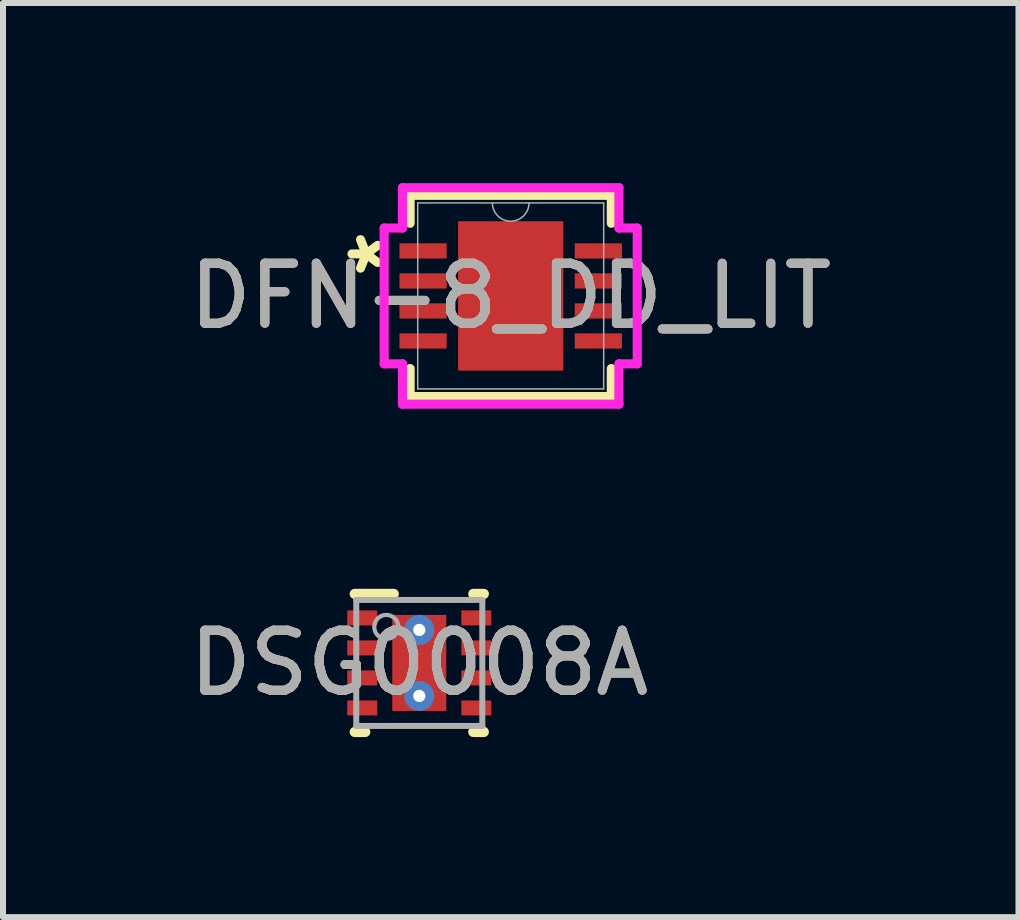
<source format=kicad_pcb>
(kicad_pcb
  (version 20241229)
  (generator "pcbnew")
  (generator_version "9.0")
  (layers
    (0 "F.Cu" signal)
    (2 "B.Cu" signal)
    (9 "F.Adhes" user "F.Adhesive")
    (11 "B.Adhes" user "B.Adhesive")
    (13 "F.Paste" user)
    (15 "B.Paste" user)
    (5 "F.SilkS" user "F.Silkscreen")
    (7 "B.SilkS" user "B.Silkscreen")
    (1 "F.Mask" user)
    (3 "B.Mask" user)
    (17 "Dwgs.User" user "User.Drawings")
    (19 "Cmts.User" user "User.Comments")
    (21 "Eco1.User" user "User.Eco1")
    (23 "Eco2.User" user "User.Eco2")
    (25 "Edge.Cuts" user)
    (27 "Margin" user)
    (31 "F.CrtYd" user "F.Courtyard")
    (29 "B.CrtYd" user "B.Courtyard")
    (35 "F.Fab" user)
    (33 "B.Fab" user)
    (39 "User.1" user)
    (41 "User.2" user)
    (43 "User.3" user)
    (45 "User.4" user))
  (footprint "DSG0008A"
    (layer "F.Cu")
    (at 3.935 7.994)
    (property "Reference" "DSG0008A" (at 0 0 0) (unlocked yes) (layer "F.SilkS") (effects (font (size 1 1) (thickness 0.15))))
    (attr smd)
    (fp_line (start -1.075 -1.15) (end -0.425 -1.15) (stroke (width 0.17) (type solid)) (layer "F.SilkS"))
    (fp_line (start -1.075 1.15) (end -0.9 1.15) (stroke (width 0.17) (type solid)) (layer "F.SilkS"))
    (fp_line (start 0.9 -1.15) (end 1.075 -1.15) (stroke (width 0.17) (type solid)) (layer "F.SilkS"))
    (fp_line (start 0.9 1.15) (end 1.075 1.15) (stroke (width 0.17) (type solid)) (layer "F.SilkS"))
    (fp_poly (pts (xy -0.45 -0.149) (xy -0.45 -0.751) (xy -0.449 -0.761) (xy -0.446 -0.77) (xy -0.442 -0.778) (xy -0.436 -0.786) (xy -0.428 -0.792) (xy -0.42 -0.796) (xy -0.411 -0.799) (xy -0.401 -0.8) (xy 0.401 -0.8) (xy 0.411 -0.799) (xy 0.42 -0.796) (xy 0.428 -0.792) (xy 0.436 -0.786) (xy 0.442 -0.778) (xy 0.446 -0.77) (xy 0.449 -0.761) (xy 0.45 -0.751) (xy 0.45 -0.149) (xy 0.449 -0.139) (xy 0.446 -0.13) (xy 0.442 -0.122) (xy 0.436 -0.114) (xy 0.428 -0.108) (xy 0.42 -0.104) (xy 0.411 -0.101) (xy 0.401 -0.1) (xy -0.401 -0.1) (xy -0.411 -0.101) (xy -0.42 -0.104) (xy -0.428 -0.108) (xy -0.436 -0.114) (xy -0.442 -0.122) (xy -0.446 -0.13) (xy -0.449 -0.139)) (stroke (width 0) (type solid)) (fill yes) (layer "F.Paste"))
    (fp_poly (pts (xy -0.45 0.751) (xy -0.45 0.149) (xy -0.449 0.139) (xy -0.446 0.13) (xy -0.442 0.122) (xy -0.436 0.114) (xy -0.428 0.108) (xy -0.42 0.104) (xy -0.411 0.101) (xy -0.401 0.1) (xy 0.401 0.1) (xy 0.411 0.101) (xy 0.42 0.104) (xy 0.428 0.108) (xy 0.436 0.114) (xy 0.442 0.122) (xy 0.446 0.13) (xy 0.449 0.139) (xy 0.45 0.149) (xy 0.45 0.751) (xy 0.449 0.761) (xy 0.446 0.77) (xy 0.442 0.778) (xy 0.436 0.786) (xy 0.428 0.792) (xy 0.42 0.796) (xy 0.411 0.799) (xy 0.401 0.8) (xy -0.401 0.8) (xy -0.411 0.799) (xy -0.42 0.796) (xy -0.428 0.792) (xy -0.436 0.786) (xy -0.442 0.778) (xy -0.446 0.77) (xy -0.449 0.761)) (stroke (width 0) (type solid)) (fill yes) (layer "F.Paste"))
    (fp_line (start -1.05 -1.05) (end 1.05 -1.05) (stroke (width 0.1) (type solid)) (layer "F.Fab"))
    (fp_line (start -1.05 1.05) (end -1.05 -1.05) (stroke (width 0.1) (type solid)) (layer "F.Fab"))
    (fp_line (start -1.05 1.05) (end 1.05 1.05) (stroke (width 0.1) (type solid)) (layer "F.Fab"))
    (fp_line (start 1.05 1.05) (end 1.05 -1.05) (stroke (width 0.1) (type solid)) (layer "F.Fab"))
    (fp_circle (center -0.55 -0.6) (end -0.35 -0.6) (stroke (width 0.07) (type solid)) (fill no) (layer "F.Fab"))
    (fp_text user "${REFERENCE}" (at 0 0 0) (unlocked yes) (layer "F.Fab") (effects (font (size 1 1) (thickness 0.15))))
    (pad "1" smd rect (at -0.95 -0.75 90) (size 0.25 0.5) (layers "F.Cu" "F.Mask" "F.Paste"))
    (pad "2" smd rect (at -0.95 -0.25 90) (size 0.25 0.5) (layers "F.Cu" "F.Mask" "F.Paste"))
    (pad "3" smd rect (at -0.95 0.25 90) (size 0.25 0.5) (layers "F.Cu" "F.Mask" "F.Paste"))
    (pad "4" smd rect (at -0.95 0.75 90) (size 0.25 0.5) (layers "F.Cu" "F.Mask" "F.Paste"))
    (pad "5" smd rect (at 0.95 0.75 90) (size 0.25 0.5) (layers "F.Cu" "F.Mask" "F.Paste"))
    (pad "6" smd rect (at 0.95 0.25 90) (size 0.25 0.5) (layers "F.Cu" "F.Mask" "F.Paste"))
    (pad "7" smd rect (at 0.95 -0.25 90) (size 0.25 0.5) (layers "F.Cu" "F.Mask" "F.Paste"))
    (pad "8" smd rect (at 0.95 -0.75 90) (size 0.25 0.5) (layers "F.Cu" "F.Mask" "F.Paste"))
    (pad "9" thru_hole circle (at 0 -0.55) (size 0.5 0.5) (drill 0.203) (layers "*.Cu" "*.Mask"))
    (pad "9" smd rect (at 0 0) (size 0.9 1.6) (layers "F.Cu" "F.Mask" "F.Paste"))
    (pad "9" thru_hole circle (at 0 0.55) (size 0.5 0.5) (drill 0.203) (layers "*.Cu" "*.Mask")))
  (footprint "DFN-8_DD_LIT"
    (layer "F.Cu")
    (at 5.458 1.88)
    (property "Reference" "DFN-8_DD_LIT" (at 0 0 0) (unlocked yes) (layer "F.SilkS") (effects (font (size 1 1) (thickness 0.15))))
    (attr smd)
    (fp_line (start -1.676 -1.676) (end -1.676 -1.21) (stroke (width 0.152) (type solid)) (layer "F.SilkS"))
    (fp_line (start -1.676 1.21) (end -1.676 1.676) (stroke (width 0.152) (type solid)) (layer "F.SilkS"))
    (fp_line (start -1.676 1.676) (end 1.676 1.676) (stroke (width 0.152) (type solid)) (layer "F.SilkS"))
    (fp_line (start 1.676 -1.676) (end -1.676 -1.676) (stroke (width 0.152) (type solid)) (layer "F.SilkS"))
    (fp_line (start 1.676 -1.21) (end 1.676 -1.676) (stroke (width 0.152) (type solid)) (layer "F.SilkS"))
    (fp_line (start 1.676 1.676) (end 1.676 1.21) (stroke (width 0.152) (type solid)) (layer "F.SilkS"))
    (fp_line (start -2.108 -1.131) (end -1.803 -1.131) (stroke (width 0.152) (type solid)) (layer "F.CrtYd"))
    (fp_line (start -2.108 1.131) (end -2.108 -1.131) (stroke (width 0.152) (type solid)) (layer "F.CrtYd"))
    (fp_line (start -2.108 1.131) (end -1.803 1.131) (stroke (width 0.152) (type solid)) (layer "F.CrtYd"))
    (fp_line (start -1.803 -1.803) (end 1.803 -1.803) (stroke (width 0.152) (type solid)) (layer "F.CrtYd"))
    (fp_line (start -1.803 -1.131) (end -1.803 -1.803) (stroke (width 0.152) (type solid)) (layer "F.CrtYd"))
    (fp_line (start -1.803 1.803) (end -1.803 1.131) (stroke (width 0.152) (type solid)) (layer "F.CrtYd"))
    (fp_line (start 1.803 -1.803) (end 1.803 -1.131) (stroke (width 0.152) (type solid)) (layer "F.CrtYd"))
    (fp_line (start 1.803 1.131) (end 1.803 1.803) (stroke (width 0.152) (type solid)) (layer "F.CrtYd"))
    (fp_line (start 1.803 1.803) (end -1.803 1.803) (stroke (width 0.152) (type solid)) (layer "F.CrtYd"))
    (fp_line (start 2.108 -1.131) (end 1.803 -1.131) (stroke (width 0.152) (type solid)) (layer "F.CrtYd"))
    (fp_line (start 2.108 -1.131) (end 2.108 1.131) (stroke (width 0.152) (type solid)) (layer "F.CrtYd"))
    (fp_line (start 2.108 1.131) (end 1.803 1.131) (stroke (width 0.152) (type solid)) (layer "F.CrtYd"))
    (fp_line (start -1.549 -1.549) (end -1.549 1.549) (stroke (width 0.025) (type solid)) (layer "F.Fab"))
    (fp_line (start -1.549 1.549) (end 1.549 1.549) (stroke (width 0.025) (type solid)) (layer "F.Fab"))
    (fp_line (start 1.549 -1.549) (end -1.549 -1.549) (stroke (width 0.025) (type solid)) (layer "F.Fab"))
    (fp_line (start 1.549 1.549) (end 1.549 -1.549) (stroke (width 0.025) (type solid)) (layer "F.Fab"))
    (fp_arc (start 0.3048 -1.5494) (mid 0 -1.2446) (end -0.3048 -1.5494) (stroke (width 0.0254) (type solid)) (layer "F.Fab"))
    (fp_text user "*" (at -2.1 -0.7 90) (unlocked yes) (layer "F.SilkS") (effects (font (size 1 1) (thickness 0.15))))
    (fp_text user "${REFERENCE}" (at 0 0 0) (unlocked yes) (layer "F.Fab") (effects (font (size 1 1) (thickness 0.15))))
    (pad "1" smd rect (at -1.46 -0.75) (size 0.787 0.254) (layers "F.Cu" "F.Mask" "F.Paste"))
    (pad "2" smd rect (at -1.46 -0.25) (size 0.787 0.254) (layers "F.Cu" "F.Mask" "F.Paste"))
    (pad "3" smd rect (at -1.46 0.25) (size 0.787 0.254) (layers "F.Cu" "F.Mask" "F.Paste"))
    (pad "4" smd rect (at -1.46 0.75) (size 0.787 0.254) (layers "F.Cu" "F.Mask" "F.Paste"))
    (pad "5" smd rect (at 1.46 0.75) (size 0.787 0.254) (layers "F.Cu" "F.Mask" "F.Paste"))
    (pad "6" smd rect (at 1.46 0.25) (size 0.787 0.254) (layers "F.Cu" "F.Mask" "F.Paste"))
    (pad "7" smd rect (at 1.46 -0.25) (size 0.787 0.254) (layers "F.Cu" "F.Mask" "F.Paste"))
    (pad "8" smd rect (at 1.46 -0.75) (size 0.787 0.254) (layers "F.Cu" "F.Mask" "F.Paste"))
    (pad "9" smd rect (at 0 0) (size 1.753 2.489) (layers "F.Cu" "F.Mask" "F.Paste")))
  (gr_rect
    (start -3 -3)
    (end 13.917 12.229)
    (stroke (width 0.1) (type default))
    (fill no)
    (layer "Edge.Cuts")))
</source>
